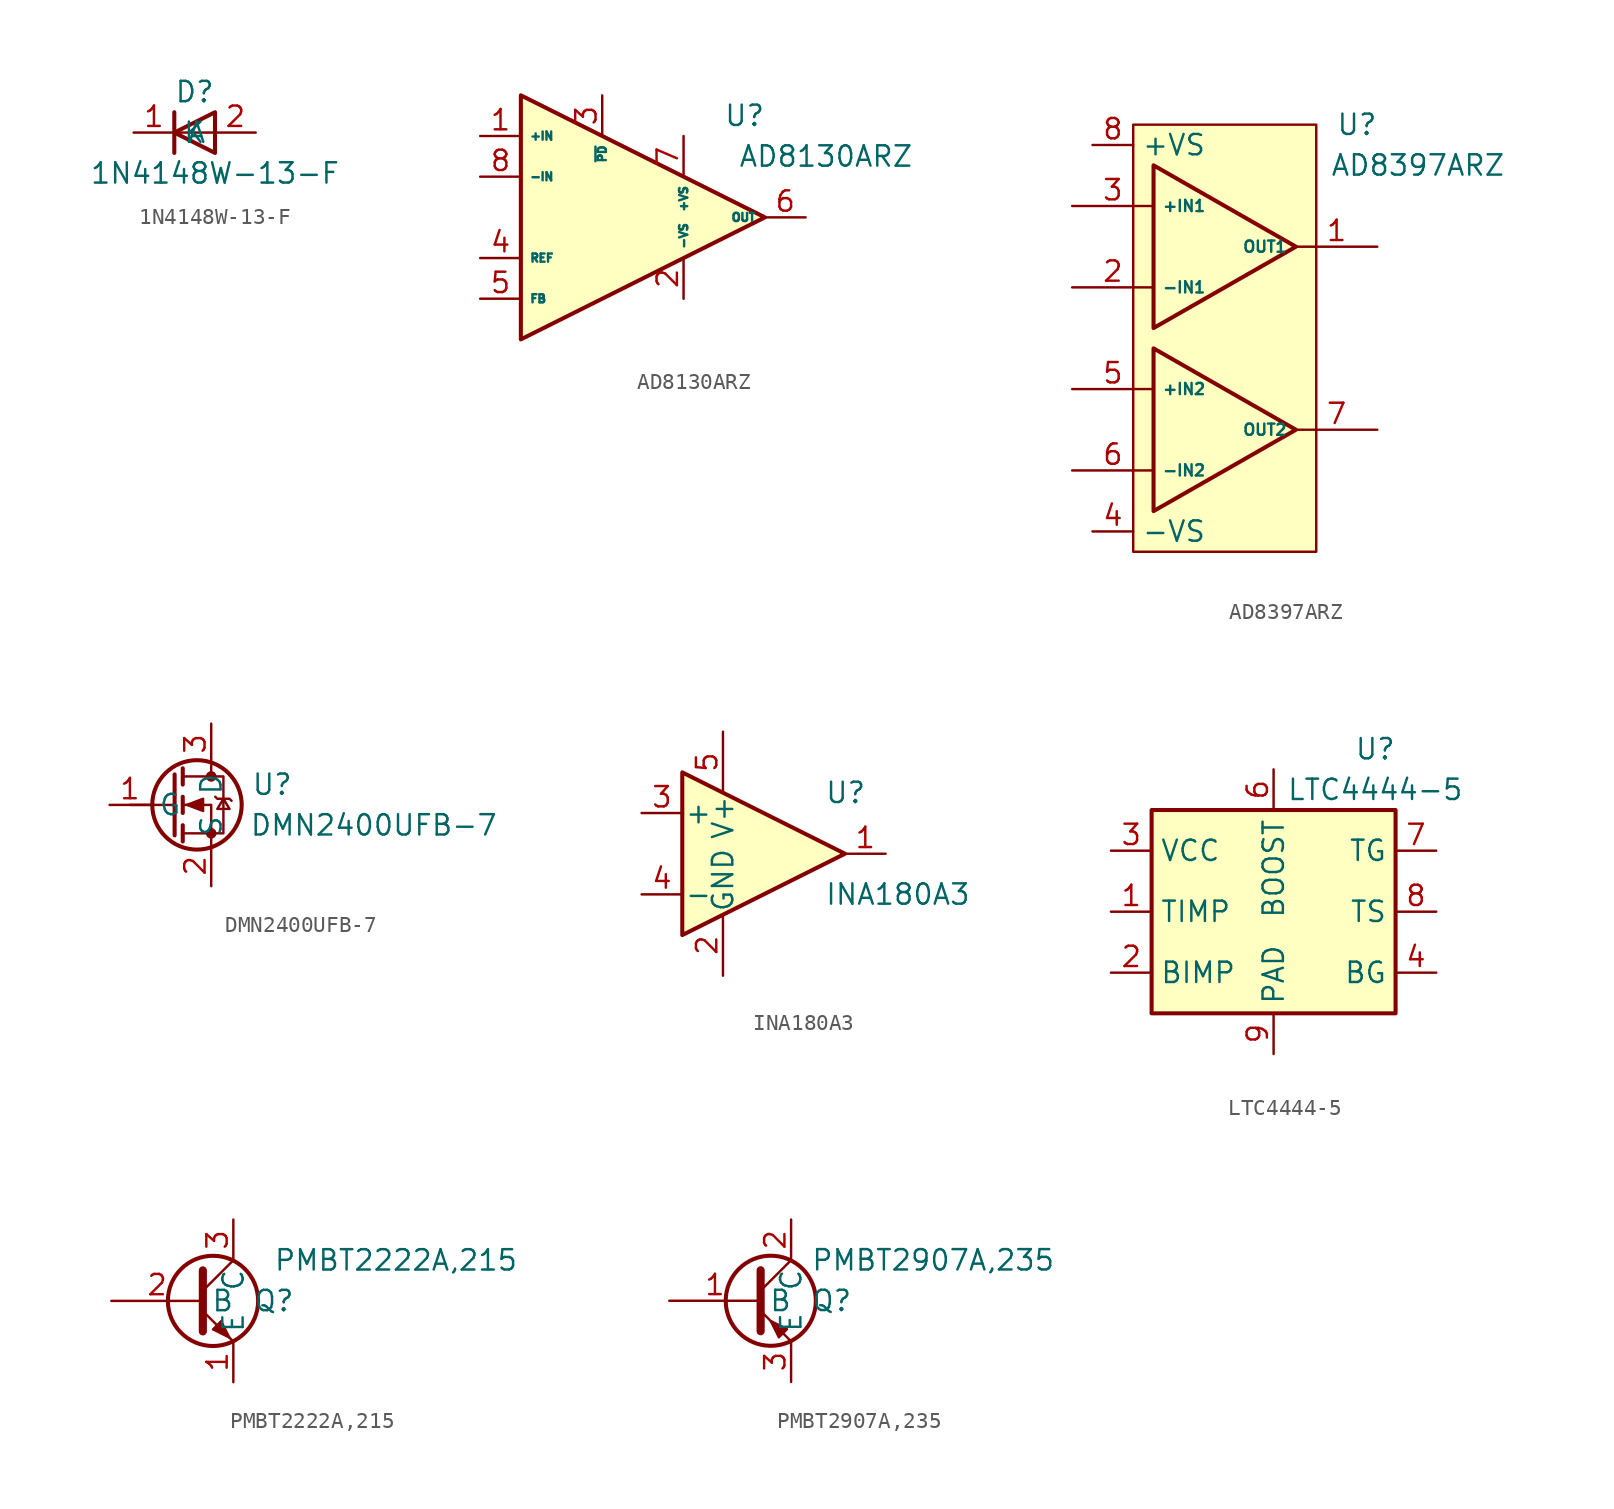
<source format=kicad_sym>
(kicad_symbol_lib
  (version 20211014)
  (generator kicad_symbol_editor)
  (symbol "1N4148W-13-F"
    (property "Reference" "D"
      (at 0 2.54 0)
      (effects (font (size 1.27 1.27))))
    (property "Value" "1N4148W-13-F"
      (at 1.27 -2.54 0)
      (effects (font (size 1.27 1.27))))
    (symbol "1N4148W-13-F_0_1"
      (polyline (pts (xy -1.27 1.27) (xy -1.27 -1.27)) (stroke (width 0.254) (type default) (color 0 0 0 0)) (fill (type none)))
      (polyline (pts (xy 1.27 0) (xy -1.27 0)) (stroke (width 0) (type default) (color 0 0 0 0)) (fill (type none)))
      (polyline (pts (xy 1.27 1.27) (xy 1.27 -1.27) (xy -1.27 0) (xy 1.27 1.27)) (stroke (width 0.254) (type default) (color 0 0 0 0)) (fill (type none))))
    (symbol "1N4148W-13-F_1_1"
      (pin passive line (at -3.81 0 0) (length 2.54) (name "K" (effects (font (size 1.27 1.27)))) (number "1" (effects (font (size 1.27 1.27)))))
      (pin passive line (at 3.81 0 180) (length 2.54) (name "A" (effects (font (size 1.27 1.27)))) (number "2" (effects (font (size 1.27 1.27)))))))
  (symbol "AD8130ARZ"
    (property "Reference" "U"
      (at 8.89 6.35 0)
      (effects (font (size 1.27 1.27))))
    (property "Value" "AD8130ARZ"
      (at 13.97 3.81 0)
      (effects (font (size 1.27 1.27))))
    (symbol "AD8130ARZ_1_1"
      (polyline (pts (xy -5.08 7.62) (xy -5.08 -7.62) (xy 10.16 0) (xy -5.08 7.62)) (stroke (width 0.254) (type default) (color 0 0 0 0)) (fill (type background)))
      (pin input line (at -7.62 5.08 0) (length 2.54) (name "+IN" (effects (font (size 0.508 0.508)))) (number "1" (effects (font (size 1.27 1.27)))))
      (pin input line (at 5.08 -5.08 90) (length 2.54) (name "-VS" (effects (font (size 0.508 0.508)))) (number "2" (effects (font (size 1.27 1.27)))))
      (pin input line (at 0 7.62 270) (length 2.54) (name "~{PD}" (effects (font (size 0.508 0.508)))) (number "3" (effects (font (size 1.27 1.27)))))
      (pin input line (at -7.62 -2.54 0) (length 2.54) (name "REF" (effects (font (size 0.508 0.508)))) (number "4" (effects (font (size 1.27 1.27)))))
      (pin input line (at -7.62 -5.08 0) (length 2.54) (name "FB" (effects (font (size 0.508 0.508)))) (number "5" (effects (font (size 1.27 1.27)))))
      (pin output line (at 12.7 0 180) (length 2.54) (name "OUT" (effects (font (size 0.508 0.508)))) (number "6" (effects (font (size 1.27 1.27)))))
      (pin output line (at 5.08 5.08 270) (length 2.54) (name "+VS" (effects (font (size 0.508 0.508)))) (number "7" (effects (font (size 1.27 1.27)))))
      (pin input line (at -7.62 2.54 0) (length 2.54) (name "-IN" (effects (font (size 0.508 0.508)))) (number "8" (effects (font (size 1.27 1.27)))))))
  (symbol "AD8397ARZ"
    (property "Reference" "U"
      (at 8.89 12.7 0)
      (effects (font (size 1.27 1.27))))
    (property "Value" "AD8397ARZ"
      (at 12.7 10.16 0)
      (effects (font (size 1.27 1.27))))
    (symbol "AD8397ARZ_0_1"
      (rectangle (start -5.08 12.7) (end 6.35 -13.97) (stroke (width 0) (type default) (color 0 0 0 0)) (fill (type background))))
    (symbol "AD8397ARZ_1_1"
      (polyline (pts (xy -3.81 -1.27) (xy 5.08 -6.35) (xy -3.81 -11.43) (xy -3.81 -1.27)) (stroke (width 0.254) (type default) (color 0 0 0 0)) (fill (type background)))
      (polyline (pts (xy -3.81 10.16) (xy 5.08 5.08) (xy -3.81 0) (xy -3.81 10.16)) (stroke (width 0.254) (type default) (color 0 0 0 0)) (fill (type background)))
      (pin output line (at 10.16 5.08 180) (length 5.08) (name "OUT1" (effects (font (size 0.7 0.7)))) (number "1" (effects (font (size 1.27 1.27)))))
      (pin input line (at -8.89 2.54 0) (length 5.08) (name "-IN1" (effects (font (size 0.7 0.7)))) (number "2" (effects (font (size 1.27 1.27)))))
      (pin input line (at -8.89 7.62 0) (length 5.08) (name "+IN1" (effects (font (size 0.7 0.7)))) (number "3" (effects (font (size 1.27 1.27)))))
      (pin input line (at -7.62 -12.7 0) (length 2.54) (name "-VS" (effects (font (size 1.27 1.27)))) (number "4" (effects (font (size 1.27 1.27)))))
      (pin input line (at -8.89 -3.81 0) (length 5.08) (name "+IN2" (effects (font (size 0.7 0.7)))) (number "5" (effects (font (size 1.27 1.27)))))
      (pin input line (at -8.89 -8.89 0) (length 5.08) (name "-IN2" (effects (font (size 0.7 0.7)))) (number "6" (effects (font (size 1.27 1.27)))))
      (pin output line (at 10.16 -6.35 180) (length 5.08) (name "OUT2" (effects (font (size 0.7 0.7)))) (number "7" (effects (font (size 1.27 1.27)))))
      (pin input line (at -7.62 11.43 0) (length 2.54) (name "+VS" (effects (font (size 1.27 1.27)))) (number "8" (effects (font (size 1.27 1.27)))))))
  (symbol "DMN2400UFB-7"
    (property "Reference" "U"
      (at 3.81 1.27 0)
      (effects (font (size 1.27 1.27))))
    (property "Value" "DMN2400UFB-7"
      (at 10.16 -1.27 0)
      (effects (font (size 1.27 1.27))))
    (symbol "DMN2400UFB-7_0_1"
      (circle (center -0.889 0) (radius 2.794) (stroke (width 0.254) (type default) (color 0 0 0 0)) (fill (type none)))
      (circle (center 0 -1.778) (radius 0.254) (stroke (width 0) (type default) (color 0 0 0 0)) (fill (type outline)))
      (polyline (pts (xy -2.286 0) (xy -5.08 0)) (stroke (width 0) (type default) (color 0 0 0 0)) (fill (type none)))
      (polyline (pts (xy -2.286 1.905) (xy -2.286 -1.905)) (stroke (width 0.254) (type default) (color 0 0 0 0)) (fill (type none)))
      (polyline (pts (xy -1.778 -1.27) (xy -1.778 -2.286)) (stroke (width 0.254) (type default) (color 0 0 0 0)) (fill (type none)))
      (polyline (pts (xy -1.778 0.508) (xy -1.778 -0.508)) (stroke (width 0.254) (type default) (color 0 0 0 0)) (fill (type none)))
      (polyline (pts (xy -1.778 2.286) (xy -1.778 1.27)) (stroke (width 0.254) (type default) (color 0 0 0 0)) (fill (type none)))
      (polyline (pts (xy 0 2.54) (xy 0 1.778)) (stroke (width 0) (type default) (color 0 0 0 0)) (fill (type none)))
      (polyline (pts (xy 0 -2.54) (xy 0 0) (xy -1.778 0)) (stroke (width 0) (type default) (color 0 0 0 0)) (fill (type none)))
      (polyline (pts (xy -1.778 -1.778) (xy 0.762 -1.778) (xy 0.762 1.778) (xy -1.778 1.778)) (stroke (width 0) (type default) (color 0 0 0 0)) (fill (type none)))
      (polyline (pts (xy -1.524 0) (xy -0.508 0.381) (xy -0.508 -0.381) (xy -1.524 0)) (stroke (width 0) (type default) (color 0 0 0 0)) (fill (type outline)))
      (polyline (pts (xy 0.254 0.508) (xy 0.381 0.381) (xy 1.143 0.381) (xy 1.27 0.254)) (stroke (width 0) (type default) (color 0 0 0 0)) (fill (type none)))
      (polyline (pts (xy 0.762 0.381) (xy 0.381 -0.254) (xy 1.143 -0.254) (xy 0.762 0.381)) (stroke (width 0) (type default) (color 0 0 0 0)) (fill (type none)))
      (circle (center 0 1.778) (radius 0.254) (stroke (width 0) (type default) (color 0 0 0 0)) (fill (type outline))))
    (symbol "DMN2400UFB-7_1_1"
      (pin input line (at -6.35 0 0) (length 2.54) (name "G" (effects (font (size 1.27 1.27)))) (number "1" (effects (font (size 1.27 1.27)))))
      (pin passive line (at 0 -5.08 90) (length 2.54) (name "S" (effects (font (size 1.27 1.27)))) (number "2" (effects (font (size 1.27 1.27)))))
      (pin passive line (at 0 5.08 270) (length 2.54) (name "D" (effects (font (size 1.27 1.27)))) (number "3" (effects (font (size 1.27 1.27)))))))
  (symbol "INA180A3"
    (pin_names
      (offset 0.127))
    (property "Reference" "U"
      (at 3.81 3.81 0)
      (effects (font (size 1.27 1.27)) (justify left)))
    (property "Value" "INA180A3"
      (at 3.81 -2.54 0)
      (effects (font (size 1.27 1.27)) (justify left)))
    (symbol "INA180A3_0_1"
      (polyline (pts (xy 5.08 0) (xy -5.08 5.08) (xy -5.08 -5.08) (xy 5.08 0)) (stroke (width 0.254) (type default) (color 0 0 0 0)) (fill (type background))))
    (symbol "INA180A3_1_1"
      (pin output line (at 7.62 0 180) (length 2.54) (name "~" (effects (font (size 1.27 1.27)))) (number "1" (effects (font (size 1.27 1.27)))))
      (pin power_in line (at -2.54 -7.62 90) (length 3.81) (name "GND" (effects (font (size 1.27 1.27)))) (number "2" (effects (font (size 1.27 1.27)))))
      (pin input line (at -7.62 2.54 0) (length 2.54) (name "+" (effects (font (size 1.27 1.27)))) (number "3" (effects (font (size 1.27 1.27)))))
      (pin input line (at -7.62 -2.54 0) (length 2.54) (name "-" (effects (font (size 1.27 1.27)))) (number "4" (effects (font (size 1.27 1.27)))))
      (pin power_in line (at -2.54 7.62 270) (length 3.81) (name "V+" (effects (font (size 1.27 1.27)))) (number "5" (effects (font (size 1.27 1.27)))))))
  (symbol "LTC4444-5"
    (property "Reference" "U"
      (at 6.35 10.16 0)
      (effects (font (size 1.27 1.27))))
    (property "Value" "LTC4444-5"
      (at 6.35 7.62 0)
      (effects (font (size 1.27 1.27))))
    (symbol "LTC4444-5_0_1"
      (rectangle (start -7.62 6.35) (end 7.62 -6.35) (stroke (width 0.254) (type default) (color 0 0 0 0)) (fill (type background))))
    (symbol "LTC4444-5_1_1"
      (pin input line (at -10.16 0 0) (length 2.54) (name "TIMP" (effects (font (size 1.27 1.27)))) (number "1" (effects (font (size 1.27 1.27)))))
      (pin power_in line (at -10.16 -3.81 0) (length 2.54) (name "BIMP" (effects (font (size 1.27 1.27)))) (number "2" (effects (font (size 1.27 1.27)))))
      (pin power_in line (at -10.16 3.81 0) (length 2.54) (name "VCC" (effects (font (size 1.27 1.27)))) (number "3" (effects (font (size 1.27 1.27)))))
      (pin bidirectional line (at 10.16 -3.81 180) (length 2.54) (name "BG" (effects (font (size 1.27 1.27)))) (number "4" (effects (font (size 1.27 1.27)))))
      (pin no_connect line (at -3.81 -8.89 90) (length 2.54) hide (name "NC" (effects (font (size 1.27 1.27)))) (number "5" (effects (font (size 1.27 1.27)))))
      (pin input line (at 0 8.89 270) (length 2.54) (name "BOOST" (effects (font (size 1.27 1.27)))) (number "6" (effects (font (size 1.27 1.27)))))
      (pin output line (at 10.16 3.81 180) (length 2.54) (name "TG" (effects (font (size 1.27 1.27)))) (number "7" (effects (font (size 1.27 1.27)))))
      (pin input line (at 10.16 0 180) (length 2.54) (name "TS" (effects (font (size 1.27 1.27)))) (number "8" (effects (font (size 1.27 1.27)))))
      (pin power_in line (at 0 -8.89 90) (length 2.54) (name "PAD" (effects (font (size 1.27 1.27)))) (number "9" (effects (font (size 1.27 1.27)))))))
  (symbol "PMBT2222A,215"
    (property "Reference" "Q"
      (at 3.81 0 0)
      (effects (font (size 1.27 1.27))))
    (property "Value" "PMBT2222A,215"
      (at 11.43 2.54 0)
      (effects (font (size 1.27 1.27))))
    (symbol "PMBT2222A,215_0_1"
      (polyline (pts (xy -0.635 0.635) (xy 1.27 2.54)) (stroke (width 0) (type default) (color 0 0 0 0)) (fill (type none)))
      (polyline (pts (xy -0.635 -0.635) (xy 1.27 -2.54) (xy 1.27 -2.54)) (stroke (width 0) (type default) (color 0 0 0 0)) (fill (type none)))
      (polyline (pts (xy -0.635 1.905) (xy -0.635 -1.905) (xy -0.635 -1.905)) (stroke (width 0.508) (type default) (color 0 0 0 0)) (fill (type none)))
      (polyline (pts (xy 0 -1.778) (xy 0.508 -1.27) (xy 1.016 -2.286) (xy 0 -1.778) (xy 0 -1.778)) (stroke (width 0) (type default) (color 0 0 0 0)) (fill (type outline)))
      (circle (center 0 0) (radius 2.819) (stroke (width 0.254) (type default) (color 0 0 0 0)) (fill (type none))))
    (symbol "PMBT2222A,215_1_1"
      (pin passive line (at 1.27 -5.08 90) (length 2.54) (name "E" (effects (font (size 1.27 1.27)))) (number "1" (effects (font (size 1.27 1.27)))))
      (pin passive line (at -6.35 0 0) (length 5.715) (name "B" (effects (font (size 1.27 1.27)))) (number "2" (effects (font (size 1.27 1.27)))))
      (pin passive line (at 1.27 5.08 270) (length 2.54) (name "C" (effects (font (size 1.27 1.27)))) (number "3" (effects (font (size 1.27 1.27)))))))
  (symbol "PMBT2907A,235"
    (property "Reference" "Q"
      (at 2.54 0 0)
      (effects (font (size 1.27 1.27))))
    (property "Value" "PMBT2907A,235"
      (at 8.89 2.54 0)
      (effects (font (size 1.27 1.27))))
    (symbol "PMBT2907A,235_0_1"
      (circle (center -1.27 0) (radius 2.819) (stroke (width 0.254) (type default) (color 0 0 0 0)) (fill (type none)))
      (polyline (pts (xy -1.905 0.635) (xy 0 2.54)) (stroke (width 0) (type default) (color 0 0 0 0)) (fill (type none)))
      (polyline (pts (xy -1.905 -0.635) (xy 0 -2.54) (xy 0 -2.54)) (stroke (width 0) (type default) (color 0 0 0 0)) (fill (type none)))
      (polyline (pts (xy -1.905 1.905) (xy -1.905 -1.905) (xy -1.905 -1.905)) (stroke (width 0.508) (type default) (color 0 0 0 0)) (fill (type none)))
      (polyline (pts (xy -0.254 -1.778) (xy -0.762 -2.286) (xy -1.27 -1.27) (xy -0.254 -1.778) (xy -0.254 -1.778)) (stroke (width 0) (type default) (color 0 0 0 0)) (fill (type outline))))
    (symbol "PMBT2907A,235_1_1"
      (pin input line (at -7.62 0 0) (length 5.715) (name "B" (effects (font (size 1.27 1.27)))) (number "1" (effects (font (size 1.27 1.27)))))
      (pin passive line (at 0 5.08 270) (length 2.54) (name "C" (effects (font (size 1.27 1.27)))) (number "2" (effects (font (size 1.27 1.27)))))
      (pin passive line (at 0 -5.08 90) (length 2.54) (name "E" (effects (font (size 1.27 1.27)))) (number "3" (effects (font (size 1.27 1.27))))))))
</source>
